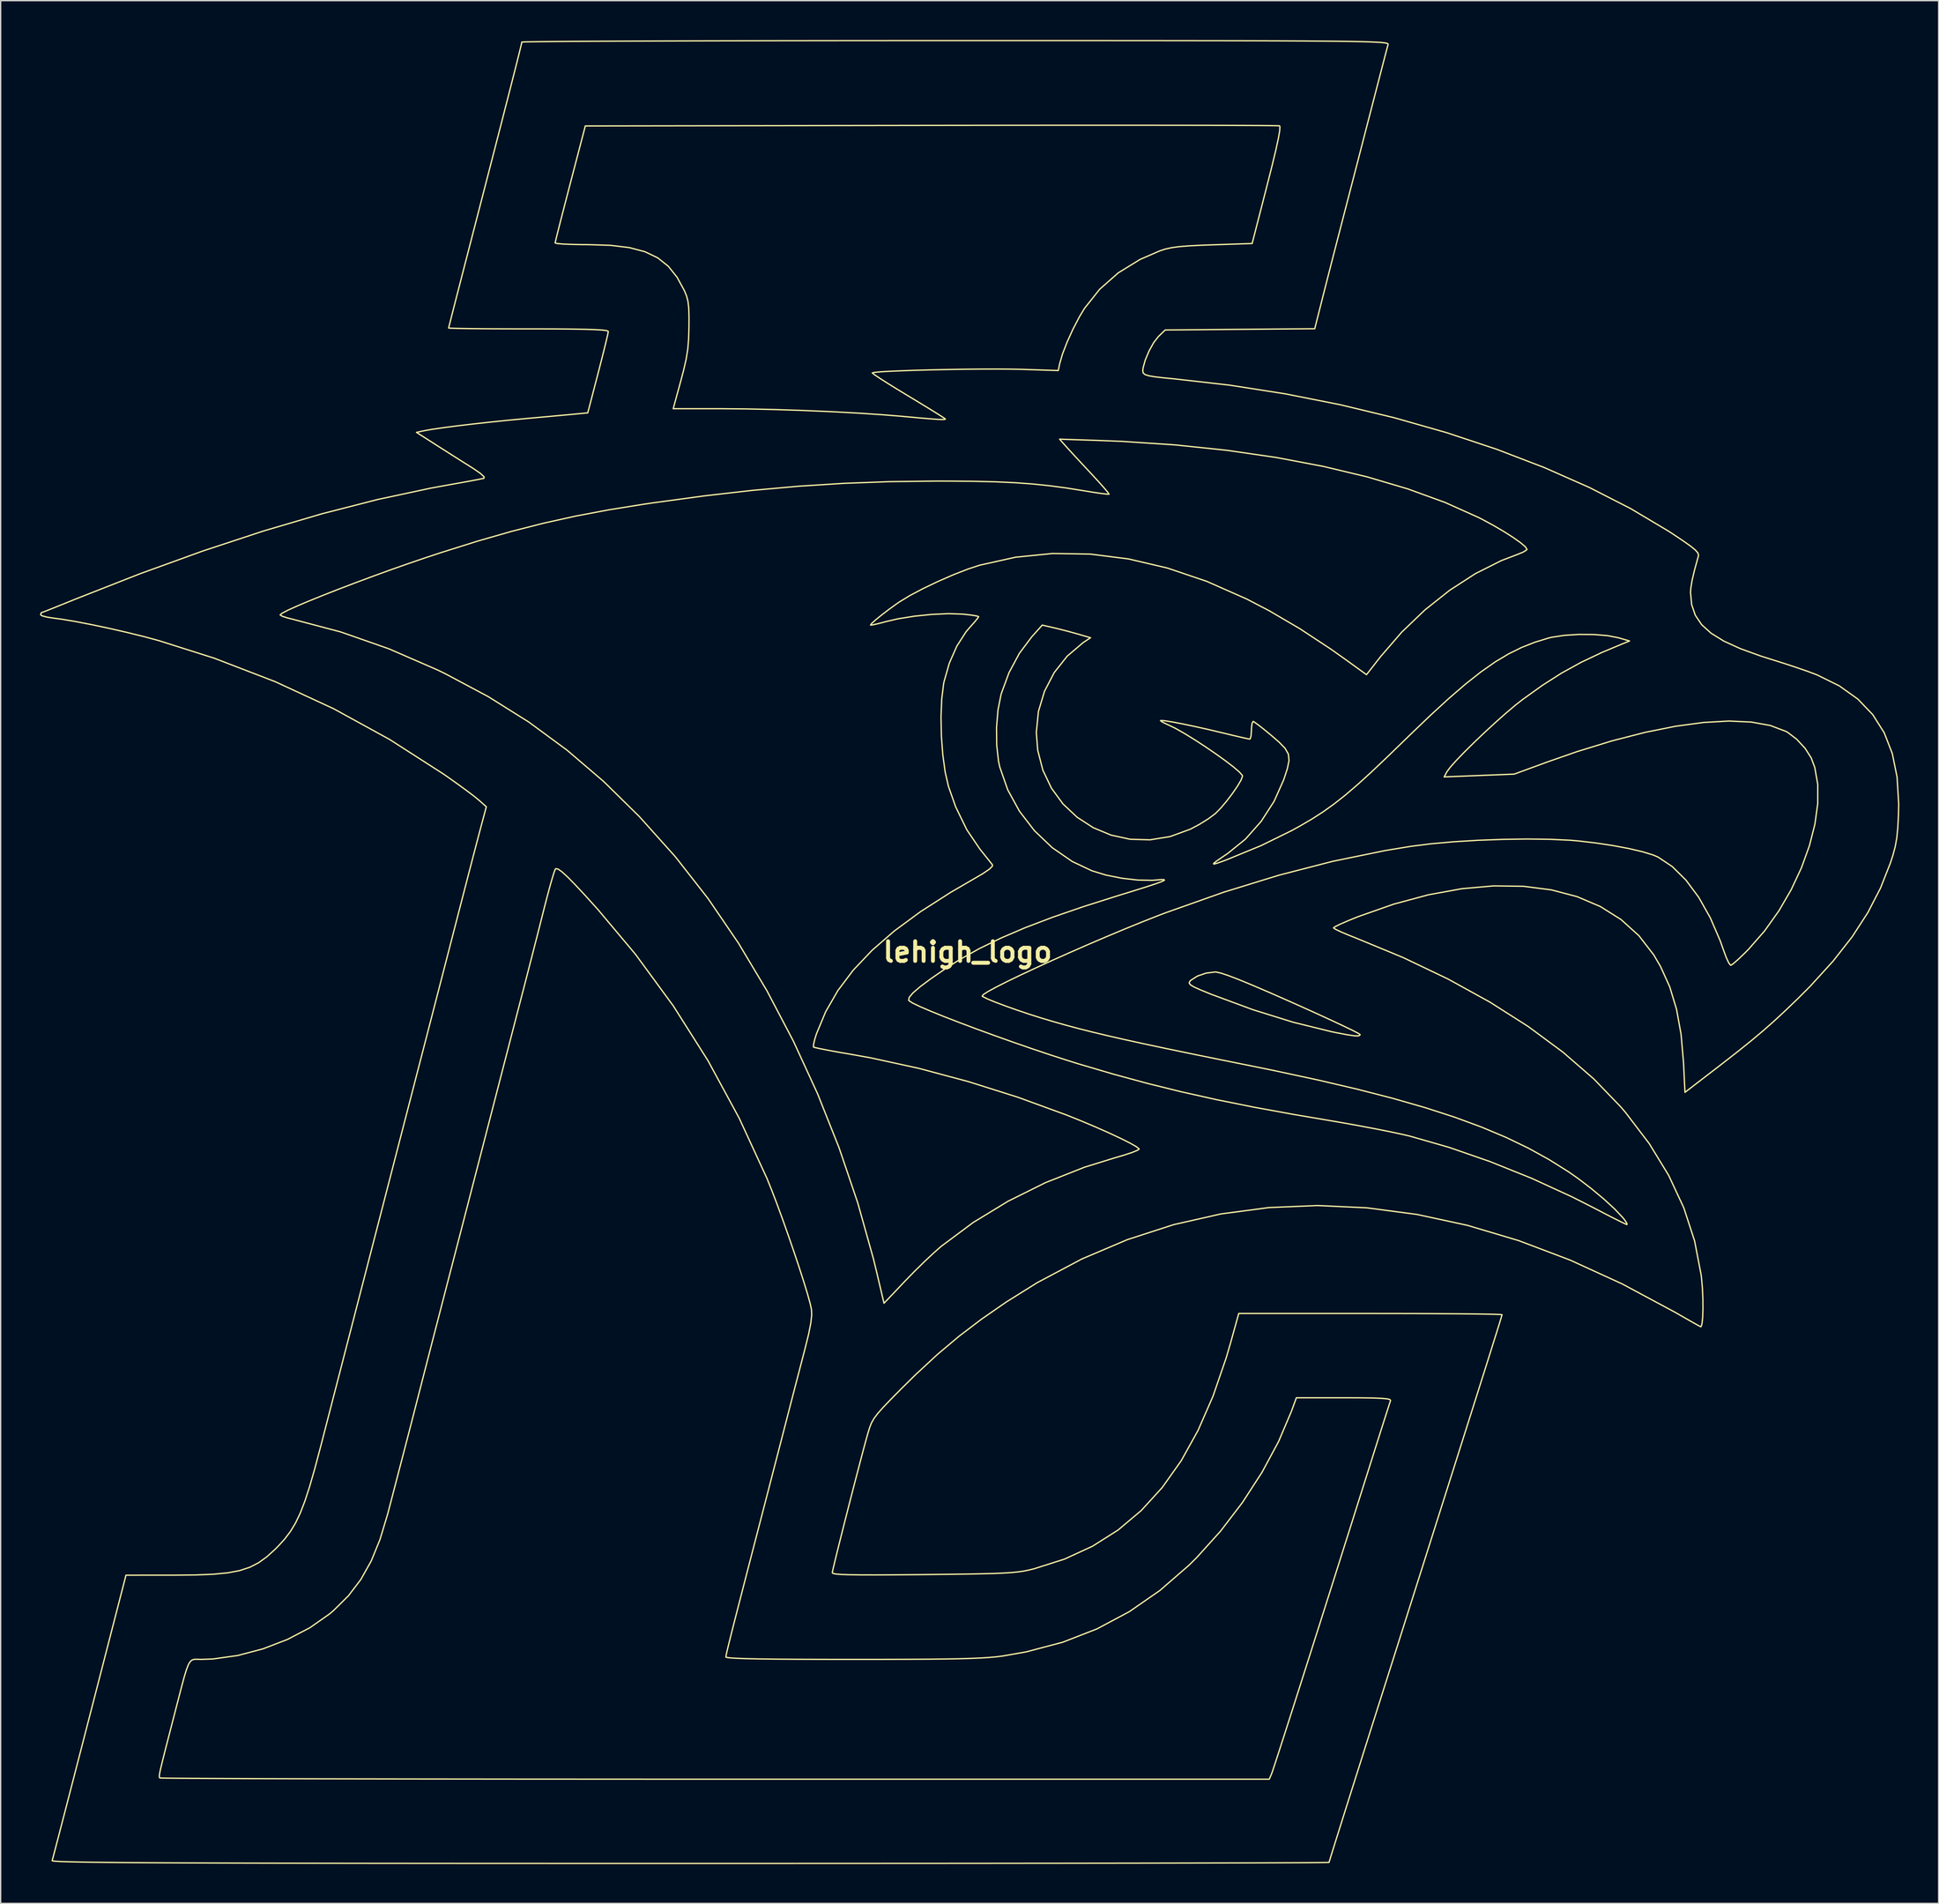
<source format=kicad_pcb>
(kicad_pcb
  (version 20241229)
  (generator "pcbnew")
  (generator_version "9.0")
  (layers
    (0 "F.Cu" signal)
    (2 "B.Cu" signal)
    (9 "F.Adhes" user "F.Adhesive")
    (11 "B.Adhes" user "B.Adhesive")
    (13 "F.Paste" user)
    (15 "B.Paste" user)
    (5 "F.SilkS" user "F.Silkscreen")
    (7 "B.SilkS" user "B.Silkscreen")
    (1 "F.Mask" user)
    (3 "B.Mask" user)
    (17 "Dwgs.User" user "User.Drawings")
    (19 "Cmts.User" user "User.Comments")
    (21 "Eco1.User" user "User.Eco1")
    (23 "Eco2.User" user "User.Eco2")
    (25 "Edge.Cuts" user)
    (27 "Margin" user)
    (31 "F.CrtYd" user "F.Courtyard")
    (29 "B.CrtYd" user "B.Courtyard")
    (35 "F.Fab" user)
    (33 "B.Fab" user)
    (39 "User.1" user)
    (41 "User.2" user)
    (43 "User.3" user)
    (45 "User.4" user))
  (footprint "lehigh_logo"
    (layer "F.Cu")
    (at 70.831 69.646)
    (property "Reference" "lehigh_logo" (at 0 0 0) (layer "F.SilkS") (effects (font (size 1.5 1.5) (thickness 0.3))))
    (attr board_only exclude_from_pos_files exclude_from_bom)
    (fp_poly (pts (xy 27.874 5.259) (xy 28.738 5.665) (xy 29.4 5.985) (xy 29.823 6.203) (xy 29.972 6.301) (xy 29.965 6.339) (xy 29.85 6.405) (xy 29.556 6.401) (xy 29.033 6.326) (xy 28.231 6.174) (xy 27.797 6.086) (xy 24.876 5.366) (xy 21.79 4.406) (xy 18.583 3.219) (xy 18.541 3.201) (xy 17.772 2.887) (xy 17.275 2.661) (xy 17.006 2.494) (xy 16.921 2.362) (xy 16.975 2.236) (xy 17.05 2.156) (xy 17.547 1.839) (xy 18.213 1.611) (xy 18.912 1.524) (xy 18.971 1.527) (xy 19.338 1.607) (xy 19.92 1.801) (xy 20.735 2.114) (xy 21.802 2.555) (xy 23.137 3.129) (xy 24.76 3.845) (xy 25.68 4.257) (xy 26.842 4.784)) (stroke (width 0.1) (type solid)) (fill no) (layer "F.SilkS"))
    (fp_poly (pts (xy -21.271 -48.485) (xy -21.291 -49.174) (xy -21.349 -49.681) (xy -21.456 -50.095) (xy -21.622 -50.501) (xy -22.185 -51.533) (xy -22.854 -52.366) (xy -23.659 -53.008) (xy -24.638 -53.476) (xy -25.828 -53.789) (xy -27.267 -53.963) (xy -28.992 -54.017) (xy -29.416 -54.019) (xy -30.237 -54.034) (xy -30.896 -54.062) (xy -31.335 -54.1) (xy -31.493 -54.144) (xy -31.493 -54.145) (xy -31.451 -54.337) (xy -31.333 -54.814) (xy -31.153 -55.529) (xy -30.919 -56.441) (xy -30.644 -57.503) (xy -30.34 -58.674) (xy -29.189 -63.077) (xy -2.784 -63.12) (xy -1.299 -63.122) (xy 1.624 -63.126) (xy 4.446 -63.129) (xy 7.15 -63.131) (xy 9.717 -63.132) (xy 12.129 -63.131) (xy 14.367 -63.13) (xy 16.413 -63.128) (xy 18.249 -63.125) (xy 19.856 -63.121) (xy 21.217 -63.116) (xy 22.311 -63.11) (xy 23.123 -63.104) (xy 23.632 -63.096) (xy 23.821 -63.088) (xy 23.852 -63.014) (xy 23.831 -62.689) (xy 23.725 -62.095) (xy 23.533 -61.217) (xy 23.25 -60.043) (xy 22.874 -58.557) (xy 21.729 -54.102) (xy 18.696 -54.001) (xy 17.947 -53.974) (xy 16.948 -53.925) (xy 16.185 -53.865) (xy 15.596 -53.786) (xy 15.117 -53.681) (xy 14.685 -53.543) (xy 13.172 -52.886) (xy 11.507 -51.861) (xy 10.088 -50.61) (xy 8.924 -49.143) (xy 8.541 -48.508) (xy 8.055 -47.575) (xy 7.609 -46.595) (xy 7.253 -45.678) (xy 7.036 -44.933) (xy 6.924 -44.401) (xy 4.181 -44.491) (xy 4.004 -44.496) (xy 3.117 -44.512) (xy 2.068 -44.517) (xy 0.905 -44.513) (xy -0.329 -44.5) (xy -1.588 -44.479) (xy -2.826 -44.453) (xy -3.998 -44.421) (xy -5.059 -44.384) (xy -5.962 -44.345) (xy -6.664 -44.304) (xy -7.117 -44.261) (xy -7.277 -44.219) (xy -7.276 -44.216) (xy -7.114 -44.086) (xy -6.709 -43.814) (xy -6.106 -43.429) (xy -5.349 -42.96) (xy -4.483 -42.434) (xy -4.403 -42.386) (xy -3.546 -41.867) (xy -2.802 -41.412) (xy -2.216 -41.047) (xy -1.831 -40.8) (xy -1.693 -40.698) (xy -1.694 -40.693) (xy -1.765 -40.666) (xy -1.974 -40.66) (xy -2.362 -40.678) (xy -2.969 -40.724) (xy -3.833 -40.798) (xy -4.995 -40.904) (xy -6.432 -41.022) (xy -8.339 -41.149) (xy -10.423 -41.261) (xy -12.599 -41.354) (xy -14.78 -41.425) (xy -16.881 -41.471) (xy -18.814 -41.487) (xy -22.477 -41.487) (xy -21.888 -43.646) (xy -21.681 -44.427) (xy -21.485 -45.287) (xy -21.364 -46.044) (xy -21.3 -46.824) (xy -21.275 -47.752)) (stroke (width 0.1) (type solid)) (fill no) (layer "F.SilkS"))
    (fp_poly (pts (xy -11.041 54.015) (xy -8.785 54.017) (xy -8.783 54.017) (xy -6.599 54.016) (xy -4.724 54.01) (xy -3.128 54.001) (xy -1.783 53.986) (xy -0.658 53.966) (xy 0.275 53.939) (xy 1.047 53.906) (xy 1.687 53.864) (xy 2.224 53.815) (xy 2.688 53.756) (xy 4.469 53.443) (xy 7.264 52.705) (xy 9.883 51.685) (xy 12.35 50.371) (xy 14.685 48.753) (xy 16.91 46.821) (xy 17.498 46.239) (xy 19.315 44.223) (xy 20.993 42.028) (xy 22.485 39.724) (xy 23.747 37.381) (xy 24.73 35.068) (xy 25.107 34.036) (xy 28.743 34.036) (xy 28.802 34.036) (xy 30.034 34.041) (xy 30.963 34.055) (xy 31.62 34.081) (xy 32.04 34.12) (xy 32.255 34.175) (xy 32.298 34.248) (xy 32.24 34.422) (xy 32.09 34.889) (xy 31.861 35.605) (xy 31.565 36.535) (xy 31.215 37.638) (xy 30.823 38.878) (xy 30.4 40.217) (xy 29.535 42.955) (xy 28.656 45.734) (xy 27.825 48.36) (xy 27.046 50.817) (xy 26.324 53.089) (xy 25.665 55.161) (xy 25.072 57.019) (xy 24.552 58.646) (xy 24.109 60.026) (xy 23.747 61.145) (xy 23.472 61.988) (xy 23.289 62.538) (xy 23.203 62.78) (xy 23.037 63.161) (xy -19.272 63.161) (xy -20.641 63.161) (xy -24.373 63.161) (xy -28.011 63.159) (xy -31.54 63.157) (xy -34.946 63.155) (xy -38.215 63.151) (xy -41.332 63.148) (xy -44.284 63.143) (xy -47.054 63.138) (xy -49.63 63.133) (xy -51.997 63.127) (xy -54.14 63.121) (xy -56.046 63.114) (xy -57.699 63.107) (xy -59.085 63.1) (xy -60.19 63.092) (xy -60.999 63.085) (xy -61.499 63.076) (xy -61.674 63.068) (xy -61.7 63.036) (xy -61.717 62.965) (xy -61.708 62.827) (xy -61.664 62.584) (xy -61.578 62.2) (xy -61.441 61.638) (xy -61.244 60.859) (xy -60.979 59.827) (xy -60.637 58.505) (xy -60.303 57.211) (xy -60.032 56.162) (xy -59.818 55.369) (xy -59.644 54.797) (xy -59.495 54.411) (xy -59.352 54.175) (xy -59.199 54.053) (xy -59.02 54.009) (xy -58.797 54.009) (xy -58.514 54.017) (xy -57.625 53.984) (xy -55.728 53.718) (xy -53.804 53.211) (xy -51.939 52.495) (xy -50.219 51.598) (xy -48.73 50.553) (xy -48.412 50.284) (xy -47.278 49.16) (xy -46.329 47.915) (xy -45.533 46.496) (xy -44.862 44.85) (xy -44.282 42.924) (xy -43.969 41.726) (xy -43.596 40.295) (xy -43.283 39.093) (xy -43.015 38.061) (xy -42.776 37.143) (xy -42.553 36.279) (xy -42.33 35.413) (xy -42.092 34.487) (xy -41.823 33.443) (xy -41.621 32.655) (xy -41.357 31.63) (xy -41.083 30.564) (xy -40.786 29.415) (xy -40.457 28.142) (xy -40.085 26.704) (xy -39.66 25.062) (xy -39.17 23.173) (xy -38.606 20.997) (xy -38.597 20.96) (xy -38.433 20.327) (xy -38.198 19.42) (xy -37.906 18.289) (xy -37.569 16.985) (xy -37.2 15.557) (xy -36.812 14.055) (xy -36.418 12.531) (xy -36.046 11.09) (xy -35.622 9.448) (xy -35.201 7.821) (xy -34.8 6.271) (xy -34.435 4.86) (xy -34.122 3.652) (xy -33.877 2.709) (xy -33.653 1.843) (xy -33.301 0.475) (xy -32.94 -0.934) (xy -32.602 -2.263) (xy -32.318 -3.387) (xy -32.135 -4.1) (xy -31.907 -4.953) (xy -31.709 -5.649) (xy -31.558 -6.131) (xy -31.471 -6.342) (xy -31.433 -6.367) (xy -31.26 -6.329) (xy -30.97 -6.123) (xy -30.541 -5.731) (xy -29.955 -5.134) (xy -29.192 -4.314) (xy -28.232 -3.252) (xy -25.361 0.169) (xy -22.462 4.125) (xy -19.82 8.298) (xy -17.441 12.682) (xy -15.325 17.272) (xy -15.312 17.303) (xy -14.953 18.191) (xy -14.55 19.248) (xy -14.12 20.42) (xy -13.683 21.653) (xy -13.256 22.894) (xy -12.857 24.088) (xy -12.505 25.181) (xy -12.219 26.12) (xy -12.017 26.85) (xy -11.916 27.317) (xy -11.902 27.734) (xy -11.974 28.356) (xy -12.142 29.198) (xy -12.417 30.311) (xy -12.554 30.833) (xy -12.841 31.938) (xy -13.166 33.186) (xy -13.496 34.46) (xy -13.802 35.645) (xy -13.891 35.99) (xy -14.196 37.169) (xy -14.551 38.542) (xy -14.931 40.011) (xy -15.311 41.477) (xy -15.664 42.841) (xy -16.217 44.972) (xy -16.715 46.895) (xy -17.137 48.532) (xy -17.49 49.903) (xy -17.779 51.029) (xy -18.009 51.932) (xy -18.184 52.633) (xy -18.312 53.152) (xy -18.396 53.511) (xy -18.443 53.731) (xy -18.457 53.832) (xy -18.425 53.856) (xy -18.182 53.896) (xy -17.689 53.929) (xy -16.935 53.957) (xy -15.905 53.98) (xy -14.588 53.996) (xy -12.971 54.008)) (stroke (width 0.1) (type solid)) (fill no) (layer "F.SilkS"))
    (fp_poly (pts (xy 12.877 14.858) (xy 13.103 15.037) (xy 13.104 15.041) (xy 12.967 15.143) (xy 12.565 15.306) (xy 11.957 15.507) (xy 11.203 15.727) (xy 8.924 16.434) (xy 5.946 17.612) (xy 3.092 19.03) (xy 0.422 20.658) (xy -2.003 22.466) (xy -2.017 22.477) (xy -2.584 22.976) (xy -3.289 23.637) (xy -4.043 24.377) (xy -4.757 25.109) (xy -6.381 26.82) (xy -6.938 24.459) (xy -7.191 23.418) (xy -8.384 19.16) (xy -9.813 14.944) (xy -11.458 10.812) (xy -13.301 6.804) (xy -15.32 2.958) (xy -17.498 -0.683) (xy -19.815 -4.082) (xy -22.251 -7.197) (xy -22.404 -7.377) (xy -25.069 -10.35) (xy -27.781 -13.017) (xy -30.579 -15.41) (xy -33.502 -17.559) (xy -36.589 -19.495) (xy -39.878 -21.249) (xy -40.495 -21.548) (xy -44.182 -23.151) (xy -47.866 -24.441) (xy -51.52 -25.408) (xy -51.951 -25.516) (xy -52.342 -25.646) (xy -52.493 -25.743) (xy -52.493 -25.743) (xy -52.338 -25.873) (xy -51.899 -26.101) (xy -51.215 -26.411) (xy -50.322 -26.789) (xy -49.257 -27.221) (xy -48.057 -27.693) (xy -46.758 -28.189) (xy -45.398 -28.695) (xy -44.013 -29.198) (xy -42.641 -29.681) (xy -41.317 -30.132) (xy -40.191 -30.503) (xy -37.421 -31.374) (xy -34.838 -32.116) (xy -32.358 -32.748) (xy -29.901 -33.292) (xy -27.383 -33.768) (xy -24.723 -34.195) (xy -23.98 -34.304) (xy -20.08 -34.834) (xy -16.405 -35.254) (xy -12.875 -35.57) (xy -9.412 -35.79) (xy -5.937 -35.918) (xy -2.371 -35.961) (xy -1.43 -35.96) (xy 0.472 -35.944) (xy 2.127 -35.905) (xy 3.596 -35.839) (xy 4.945 -35.741) (xy 6.234 -35.608) (xy 7.527 -35.436) (xy 8.887 -35.22) (xy 9.543 -35.113) (xy 10.18 -35.018) (xy 10.623 -34.964) (xy 10.801 -34.96) (xy 10.802 -34.966) (xy 10.681 -35.138) (xy 10.374 -35.499) (xy 9.925 -36.002) (xy 9.373 -36.6) (xy 9.362 -36.612) (xy 8.755 -37.263) (xy 8.194 -37.868) (xy 7.741 -38.36) (xy 7.459 -38.673) (xy 7.027 -39.161) (xy 10.16 -39.057) (xy 11.81 -38.991) (xy 15.875 -38.721) (xy 19.804 -38.31) (xy 23.57 -37.763) (xy 27.147 -37.085) (xy 30.509 -36.282) (xy 33.627 -35.359) (xy 36.477 -34.322) (xy 39.031 -33.175) (xy 39.253 -33.062) (xy 40.111 -32.6) (xy 40.925 -32.124) (xy 41.644 -31.666) (xy 42.216 -31.262) (xy 42.59 -30.945) (xy 42.714 -30.748) (xy 42.675 -30.692) (xy 42.403 -30.527) (xy 41.962 -30.349) (xy 40.758 -29.889) (xy 38.779 -28.895) (xy 36.819 -27.628) (xy 34.926 -26.126) (xy 33.153 -24.428) (xy 31.548 -22.57) (xy 30.461 -21.178) (xy 28.911 -22.3) (xy 27.714 -23.147) (xy 25.363 -24.694) (xy 23.042 -26.054) (xy 21.306 -26.959) (xy 18.269 -28.301) (xy 15.26 -29.32) (xy 12.287 -30.016) (xy 9.359 -30.387) (xy 6.483 -30.431) (xy 3.667 -30.148) (xy 0.919 -29.536) (xy 0.026 -29.241) (xy -1.079 -28.81) (xy -2.252 -28.299) (xy -3.394 -27.753) (xy -4.409 -27.218) (xy -5.198 -26.738) (xy -5.437 -26.573) (xy -6.012 -26.156) (xy -6.559 -25.737) (xy -7.015 -25.365) (xy -7.32 -25.091) (xy -7.41 -24.964) (xy -7.406 -24.962) (xy -7.205 -24.988) (xy -6.773 -25.087) (xy -6.195 -25.239) (xy -5.325 -25.441) (xy -4.064 -25.644) (xy -2.733 -25.78) (xy -1.461 -25.838) (xy -0.381 -25.803) (xy -0.296 -25.795) (xy 0.283 -25.729) (xy 0.692 -25.662) (xy 0.847 -25.607) (xy 0.772 -25.488) (xy 0.521 -25.182) (xy 0.155 -24.772) (xy -0.116 -24.453) (xy -0.817 -23.363) (xy -1.391 -22.063) (xy -1.797 -20.643) (xy -1.833 -20.459) (xy -1.974 -19.303) (xy -2.028 -17.948) (xy -2 -16.499) (xy -1.892 -15.062) (xy -1.711 -13.744) (xy -1.461 -12.651) (xy -0.908 -11.085) (xy -0.057 -9.334) (xy 0.954 -7.842) (xy 0.997 -7.789) (xy 1.398 -7.287) (xy 1.721 -6.884) (xy 1.897 -6.661) (xy 1.894 -6.557) (xy 1.668 -6.328) (xy 1.168 -5.988) (xy 0.375 -5.524) (xy -1.284 -4.56) (xy -3.593 -3.081) (xy -5.593 -1.607) (xy -7.3 -0.123) (xy -8.732 1.388) (xy -9.904 2.943) (xy -10.332 3.687) (xy -10.834 4.558) (xy -11.539 6.25) (xy -11.664 6.649) (xy -11.762 7.062) (xy -11.764 7.257) (xy -11.656 7.294) (xy -11.258 7.383) (xy -10.625 7.507) (xy -9.814 7.655) (xy -8.882 7.815) (xy -7.397 8.082) (xy -3.719 8.884) (xy 0.059 9.896) (xy 3.843 11.09) (xy 7.539 12.44) (xy 8.625 12.876) (xy 9.739 13.346) (xy 10.767 13.8) (xy 11.663 14.218) (xy 12.382 14.578)) (stroke (width 0.1) (type solid)) (fill no) (layer "F.SilkS"))
    (fp_poly (pts (xy -4.472 3.719) (xy -4.496 3.687) (xy -4.459 3.466) (xy -4.171 3.124) (xy -3.62 2.65) (xy -2.794 2.034) (xy -1.682 1.266) (xy -0.594 0.574) (xy 0.892 -0.258) (xy 2.546 -1.064) (xy 4.402 -1.859) (xy 6.493 -2.655) (xy 8.853 -3.469) (xy 11.515 -4.313) (xy 12.671 -4.668) (xy 13.669 -4.982) (xy 14.38 -5.216) (xy 14.826 -5.379) (xy 15.028 -5.48) (xy 15.004 -5.527) (xy 14.777 -5.53) (xy 14.367 -5.495) (xy 14.1 -5.475) (xy 13.008 -5.493) (xy 11.786 -5.633) (xy 10.571 -5.875) (xy 9.497 -6.201) (xy 7.99 -6.914) (xy 6.465 -7.967) (xy 5.11 -9.259) (xy 3.964 -10.748) (xy 3.066 -12.387) (xy 2.457 -14.133) (xy 2.362 -14.575) (xy 2.225 -15.802) (xy 2.212 -17.148) (xy 2.321 -18.474) (xy 2.552 -19.643) (xy 2.585 -19.761) (xy 3.168 -21.339) (xy 3.957 -22.808) (xy 4.893 -24.059) (xy 5.702 -24.963) (xy 6.606 -24.754) (xy 6.93 -24.677) (xy 7.716 -24.475) (xy 8.451 -24.272) (xy 9.392 -23.998) (xy 8.973 -23.725) (xy 8.82 -23.623) (xy 7.608 -22.593) (xy 6.617 -21.34) (xy 5.876 -19.917) (xy 5.411 -18.374) (xy 5.249 -16.764) (xy 5.356 -15.406) (xy 5.75 -13.884) (xy 6.404 -12.512) (xy 7.285 -11.309) (xy 8.359 -10.297) (xy 9.593 -9.496) (xy 10.955 -8.927) (xy 12.412 -8.611) (xy 13.93 -8.567) (xy 15.476 -8.818) (xy 17.018 -9.383) (xy 17.702 -9.747) (xy 18.388 -10.174) (xy 18.911 -10.565) (xy 18.929 -10.581) (xy 19.332 -10.99) (xy 19.785 -11.527) (xy 20.233 -12.117) (xy 20.621 -12.683) (xy 20.893 -13.149) (xy 20.995 -13.439) (xy 20.977 -13.494) (xy 20.747 -13.753) (xy 20.298 -14.137) (xy 19.679 -14.611) (xy 18.944 -15.139) (xy 18.144 -15.686) (xy 17.33 -16.216) (xy 16.555 -16.692) (xy 15.87 -17.081) (xy 15.327 -17.345) (xy 15.218 -17.392) (xy 14.872 -17.561) (xy 14.732 -17.666) (xy 14.784 -17.682) (xy 15.105 -17.653) (xy 15.674 -17.56) (xy 16.439 -17.414) (xy 17.347 -17.223) (xy 18.348 -17) (xy 19.389 -16.753) (xy 19.435 -16.742) (xy 20.219 -16.553) (xy 20.877 -16.399) (xy 21.343 -16.295) (xy 21.548 -16.257) (xy 21.576 -16.274) (xy 21.646 -16.509) (xy 21.675 -16.933) (xy 21.678 -17.085) (xy 21.722 -17.46) (xy 21.802 -17.609) (xy 21.896 -17.56) (xy 22.21 -17.334) (xy 22.679 -16.965) (xy 23.241 -16.5) (xy 23.772 -16.04) (xy 24.246 -15.552) (xy 24.496 -15.109) (xy 24.545 -14.62) (xy 24.417 -13.996) (xy 24.137 -13.149) (xy 23.409 -11.514) (xy 22.413 -9.97) (xy 21.213 -8.617) (xy 19.857 -7.521) (xy 19.547 -7.313) (xy 19.027 -6.955) (xy 18.783 -6.76) (xy 18.808 -6.711) (xy 19.097 -6.793) (xy 19.643 -6.992) (xy 19.821 -7.06) (xy 22.424 -8.131) (xy 24.723 -9.26) (xy 25.392 -9.627) (xy 26.293 -10.154) (xy 27.14 -10.699) (xy 27.972 -11.294) (xy 28.832 -11.973) (xy 29.761 -12.767) (xy 30.798 -13.709) (xy 31.985 -14.833) (xy 33.364 -16.171) (xy 33.694 -16.493) (xy 35.311 -18.043) (xy 36.747 -19.361) (xy 38.033 -20.47) (xy 39.201 -21.391) (xy 40.282 -22.149) (xy 41.307 -22.763) (xy 42.308 -23.258) (xy 43.317 -23.655) (xy 44.365 -23.977) (xy 44.607 -24.035) (xy 45.569 -24.181) (xy 46.679 -24.251) (xy 47.817 -24.244) (xy 48.863 -24.159) (xy 49.699 -23.997) (xy 50.546 -23.751) (xy 50.061 -23.556) (xy 48.467 -22.888) (xy 46.847 -22.121) (xy 45.362 -21.302) (xy 43.905 -20.373) (xy 42.37 -19.274) (xy 41.847 -18.864) (xy 41.115 -18.245) (xy 40.31 -17.531) (xy 39.479 -16.766) (xy 38.67 -15.995) (xy 37.931 -15.264) (xy 37.307 -14.616) (xy 36.847 -14.099) (xy 36.597 -13.756) (xy 36.392 -13.372) (xy 39.066 -13.478) (xy 41.741 -13.584) (xy 44.275 -14.513) (xy 46.539 -15.303) (xy 49.214 -16.125) (xy 51.728 -16.771) (xy 54.064 -17.24) (xy 56.207 -17.529) (xy 58.137 -17.637) (xy 59.84 -17.56) (xy 61.296 -17.297) (xy 62.49 -16.846) (xy 62.614 -16.777) (xy 63.309 -16.249) (xy 63.951 -15.555) (xy 64.415 -14.828) (xy 64.689 -14.096) (xy 64.918 -12.797) (xy 64.917 -11.34) (xy 64.701 -9.766) (xy 64.281 -8.117) (xy 63.673 -6.434) (xy 62.889 -4.76) (xy 61.944 -3.135) (xy 60.85 -1.6) (xy 59.622 -0.198) (xy 59.28 0.145) (xy 58.809 0.594) (xy 58.453 0.902) (xy 58.273 1.016) (xy 58.265 1.015) (xy 58.129 0.843) (xy 57.937 0.436) (xy 57.729 -0.126) (xy 57.471 -0.856) (xy 56.709 -2.62) (xy 55.831 -4.174) (xy 54.858 -5.485) (xy 53.813 -6.522) (xy 52.718 -7.253) (xy 52.33 -7.416) (xy 51.521 -7.661) (xy 50.48 -7.904) (xy 49.271 -8.13) (xy 47.959 -8.328) (xy 46.605 -8.485) (xy 46.014 -8.535) (xy 44.483 -8.607) (xy 42.741 -8.629) (xy 40.874 -8.602) (xy 38.967 -8.531) (xy 37.107 -8.417) (xy 35.378 -8.263) (xy 33.867 -8.073) (xy 31.892 -7.748) (xy 27.88 -6.925) (xy 23.781 -5.868) (xy 19.552 -4.566) (xy 15.155 -3.009) (xy 14.551 -2.779) (xy 13.302 -2.286) (xy 11.967 -1.742) (xy 10.579 -1.16) (xy 9.172 -0.557) (xy 7.778 0.054) (xy 6.431 0.656) (xy 5.165 1.235) (xy 4.012 1.775) (xy 3.006 2.262) (xy 2.809 2.362) (xy 2.18 2.68) (xy 1.567 3.014) (xy 1.201 3.25) (xy 1.115 3.371) (xy 1.168 3.409) (xy 1.521 3.583) (xy 2.115 3.827) (xy 2.889 4.119) (xy 3.781 4.436) (xy 4.729 4.755) (xy 5.673 5.053) (xy 6.527 5.308) (xy 7.47 5.576) (xy 8.456 5.841) (xy 9.517 6.109) (xy 10.686 6.389) (xy 11.994 6.688) (xy 13.475 7.012) (xy 15.159 7.37) (xy 17.08 7.769) (xy 19.269 8.215) (xy 21.759 8.717) (xy 23.497 9.072) (xy 26.79 9.781) (xy 29.782 10.482) (xy 32.498 11.182) (xy 34.964 11.891) (xy 37.203 12.616) (xy 39.242 13.367) (xy 41.105 14.15) (xy 42.818 14.975) (xy 44.404 15.851) (xy 45.889 16.784) (xy 46.601 17.282) (xy 47.614 18.054) (xy 48.576 18.856) (xy 49.408 19.62) (xy 50.029 20.278) (xy 50.154 20.432) (xy 50.341 20.71) (xy 50.349 20.812) (xy 50.268 20.782) (xy 49.924 20.619) (xy 49.368 20.342) (xy 48.654 19.976) (xy 47.837 19.549) (xy 46.151 18.694) (xy 43.06 17.276) (xy 39.906 16.007) (xy 36.782 14.923) (xy 33.782 14.061) (xy 33.221 13.929) (xy 32.272 13.727) (xy 31.117 13.497) (xy 29.828 13.254) (xy 28.476 13.011) (xy 27.133 12.782) (xy 24.935 12.409) (xy 21.867 11.849) (xy 19.021 11.276) (xy 16.328 10.675) (xy 13.718 10.029) (xy 11.12 9.322) (xy 8.467 8.54) (xy 7.676 8.294) (xy 6.334 7.86) (xy 4.923 7.386) (xy 3.48 6.886) (xy 2.046 6.375) (xy 0.659 5.868) (xy -0.641 5.379) (xy -1.816 4.923) (xy -2.825 4.514) (xy -3.631 4.168) (xy -4.193 3.898)) (stroke (width 0.1) (type solid)) (fill no) (layer "F.SilkS"))
    (fp_poly (pts (xy -60.537 47.582) (xy -64.262 47.585) (xy -67.044 58.379) (xy -67.241 59.142) (xy -67.711 60.962) (xy -68.154 62.677) (xy -68.228 62.965) (xy -68.563 64.258) (xy -68.93 65.678) (xy -69.25 66.908) (xy -69.513 67.922) (xy -69.714 68.691) (xy -69.845 69.188) (xy -69.899 69.384) (xy -69.874 69.4) (xy -69.734 69.421) (xy -69.462 69.44) (xy -69.048 69.458) (xy -68.483 69.474) (xy -67.757 69.489) (xy -66.86 69.503) (xy -65.781 69.516) (xy -64.512 69.528) (xy -63.042 69.538) (xy -61.362 69.548) (xy -59.461 69.557) (xy -57.329 69.564) (xy -54.958 69.571) (xy -52.337 69.576) (xy -49.456 69.581) (xy -46.305 69.586) (xy -42.875 69.589) (xy -39.155 69.592) (xy -35.136 69.594) (xy -30.808 69.595) (xy -26.161 69.596) (xy -21.185 69.596) (xy -18.26 69.596) (xy -14.28 69.595) (xy -10.399 69.594) (xy -6.63 69.592) (xy -2.986 69.59) (xy 0.52 69.588) (xy 3.875 69.584) (xy 7.064 69.581) (xy 10.075 69.577) (xy 12.894 69.573) (xy 15.508 69.568) (xy 17.904 69.563) (xy 20.068 69.558) (xy 21.986 69.553) (xy 23.646 69.547) (xy 25.034 69.541) (xy 26.137 69.535) (xy 26.942 69.528) (xy 27.434 69.522) (xy 27.601 69.515) (xy 27.616 69.462) (xy 27.717 69.13) (xy 27.908 68.516) (xy 28.18 67.646) (xy 28.526 66.547) (xy 28.935 65.246) (xy 29.402 63.77) (xy 29.916 62.144) (xy 30.469 60.395) (xy 31.054 58.551) (xy 31.338 57.655) (xy 32.519 53.935) (xy 33.601 50.522) (xy 34.59 47.405) (xy 35.488 44.571) (xy 36.301 42.008) (xy 37.031 39.703) (xy 37.683 37.645) (xy 38.261 35.821) (xy 38.768 34.219) (xy 39.208 32.826) (xy 39.586 31.631) (xy 39.904 30.62) (xy 40.167 29.782) (xy 40.38 29.105) (xy 40.545 28.576) (xy 40.666 28.182) (xy 40.748 27.913) (xy 40.795 27.754) (xy 40.809 27.695) (xy 40.66 27.679) (xy 40.201 27.663) (xy 39.46 27.648) (xy 38.468 27.635) (xy 37.253 27.624) (xy 35.845 27.614) (xy 34.274 27.607) (xy 32.568 27.603) (xy 30.758 27.601) (xy 20.707 27.601) (xy 20.082 29.845) (xy 19.744 31.001) (xy 18.741 33.917) (xy 17.598 36.531) (xy 16.309 38.852) (xy 14.865 40.888) (xy 13.26 42.649) (xy 11.486 44.141) (xy 9.537 45.374) (xy 7.404 46.356) (xy 5.08 47.096) (xy 4.997 47.117) (xy 4.624 47.206) (xy 4.247 47.279) (xy 3.831 47.338) (xy 3.337 47.386) (xy 2.728 47.424) (xy 1.967 47.455) (xy 1.017 47.479) (xy -0.161 47.5) (xy -1.602 47.519) (xy -3.344 47.539) (xy -4.152 47.547) (xy -5.806 47.56) (xy -7.158 47.565) (xy -8.232 47.562) (xy -9.055 47.55) (xy -9.65 47.528) (xy -10.044 47.497) (xy -10.262 47.454) (xy -10.329 47.401) (xy -10.321 47.344) (xy -10.246 47.001) (xy -10.102 46.399) (xy -9.903 45.587) (xy -9.659 44.613) (xy -9.384 43.523) (xy -9.09 42.368) (xy -8.788 41.193) (xy -8.492 40.047) (xy -8.212 38.978) (xy -7.963 38.034) (xy -7.755 37.263) (xy -7.601 36.713) (xy -7.476 36.308) (xy -7.335 35.954) (xy -7.144 35.617) (xy -6.865 35.244) (xy -6.46 34.785) (xy -5.89 34.19) (xy -5.118 33.407) (xy -3.978 32.281) (xy -2.31 30.736) (xy -0.663 29.349) (xy 1.059 28.039) (xy 2.952 26.728) (xy 5.326 25.244) (xy 8.729 23.438) (xy 12.202 21.962) (xy 15.74 20.816) (xy 19.341 20.001) (xy 23.001 19.515) (xy 26.717 19.359) (xy 30.486 19.533) (xy 34.303 20.037) (xy 38.166 20.871) (xy 42.072 22.034) (xy 46.016 23.527) (xy 49.996 25.35) (xy 54.008 27.502) (xy 54.17 27.595) (xy 54.87 27.995) (xy 55.442 28.32) (xy 55.833 28.538) (xy 55.986 28.617) (xy 56.008 28.607) (xy 56.081 28.378) (xy 56.13 27.901) (xy 56.152 27.247) (xy 56.146 26.489) (xy 56.112 25.699) (xy 56.047 24.948) (xy 56.01 24.641) (xy 55.513 22.057) (xy 54.688 19.53) (xy 53.534 17.054) (xy 52.047 14.625) (xy 50.227 12.236) (xy 49.859 11.807) (xy 47.818 9.692) (xy 45.464 7.65) (xy 42.814 5.691) (xy 39.885 3.826) (xy 36.693 2.066) (xy 33.256 0.422) (xy 29.591 -1.094) (xy 29.073 -1.299) (xy 28.488 -1.548) (xy 28.088 -1.74) (xy 27.94 -1.844) (xy 28.071 -1.939) (xy 28.46 -2.13) (xy 29.044 -2.385) (xy 29.76 -2.676) (xy 29.805 -2.694) (xy 32.546 -3.658) (xy 35.196 -4.371) (xy 37.74 -4.834) (xy 40.162 -5.049) (xy 42.446 -5.019) (xy 44.577 -4.745) (xy 46.54 -4.229) (xy 48.318 -3.473) (xy 49.896 -2.48) (xy 51.258 -1.251) (xy 52.389 0.212) (xy 52.908 1.096) (xy 53.614 2.655) (xy 54.133 4.366) (xy 54.48 6.279) (xy 54.668 8.447) (xy 54.779 10.714) (xy 57.15 8.892) (xy 57.56 8.576) (xy 58.787 7.619) (xy 59.824 6.785) (xy 60.737 6.02) (xy 61.591 5.266) (xy 62.452 4.468) (xy 63.386 3.57) (xy 64.357 2.597) (xy 66.091 0.693) (xy 67.544 -1.162) (xy 68.74 -3.007) (xy 69.708 -4.88) (xy 70.472 -6.82) (xy 70.646 -7.356) (xy 70.832 -8.044) (xy 70.954 -8.722) (xy 71.031 -9.506) (xy 71.082 -10.511) (xy 71.097 -11.321) (xy 70.975 -13.354) (xy 70.608 -15.159) (xy 69.99 -16.747) (xy 69.115 -18.129) (xy 67.975 -19.317) (xy 66.565 -20.322) (xy 64.878 -21.155) (xy 64.785 -21.192) (xy 64.146 -21.431) (xy 63.3 -21.724) (xy 62.347 -22.038) (xy 61.386 -22.341) (xy 60.576 -22.597) (xy 59.012 -23.163) (xy 57.752 -23.738) (xy 56.774 -24.343) (xy 56.053 -24.996) (xy 55.567 -25.717) (xy 55.291 -26.525) (xy 55.204 -27.439) (xy 55.223 -27.772) (xy 55.319 -28.366) (xy 55.508 -29.167) (xy 55.801 -30.23) (xy 55.813 -30.306) (xy 55.761 -30.478) (xy 55.574 -30.695) (xy 55.213 -30.99) (xy 54.639 -31.396) (xy 53.816 -31.946) (xy 53.506 -32.147) (xy 50.63 -33.86) (xy 47.464 -35.479) (xy 44.041 -36.992) (xy 40.395 -38.391) (xy 36.56 -39.664) (xy 32.571 -40.8) (xy 28.461 -41.789) (xy 24.265 -42.621) (xy 20.016 -43.285) (xy 15.748 -43.77) (xy 15.051 -43.837) (xy 14.314 -43.921) (xy 13.828 -44.003) (xy 13.544 -44.098) (xy 13.411 -44.217) (xy 13.377 -44.374) (xy 13.398 -44.592) (xy 13.568 -45.206) (xy 13.859 -45.898) (xy 14.215 -46.54) (xy 14.574 -47.001) (xy 15.092 -47.498) (xy 20.801 -47.547) (xy 26.509 -47.595) (xy 27.139 -50.087) (xy 27.254 -50.539) (xy 27.553 -51.711) (xy 27.889 -53.021) (xy 28.229 -54.341) (xy 28.54 -55.541) (xy 28.571 -55.663) (xy 28.828 -56.652) (xy 29.147 -57.884) (xy 29.51 -59.284) (xy 29.897 -60.779) (xy 30.288 -62.293) (xy 30.666 -63.754) (xy 30.846 -64.451) (xy 31.168 -65.696) (xy 31.46 -66.822) (xy 31.711 -67.787) (xy 31.91 -68.55) (xy 32.046 -69.068) (xy 32.109 -69.3) (xy 32.108 -69.334) (xy 32.074 -69.367) (xy 31.992 -69.396) (xy 31.85 -69.423) (xy 31.633 -69.448) (xy 31.326 -69.47) (xy 30.917 -69.489) (xy 30.392 -69.507) (xy 29.736 -69.523) (xy 28.936 -69.536) (xy 27.977 -69.548) (xy 26.846 -69.558) (xy 25.53 -69.567) (xy 24.013 -69.574) (xy 22.283 -69.58) (xy 20.325 -69.585) (xy 18.126 -69.588) (xy 15.671 -69.591) (xy 12.947 -69.593) (xy 9.939 -69.595) (xy 6.635 -69.595) (xy 3.02 -69.596) (xy -0.92 -69.596) (xy -1.753 -69.596) (xy -5.055 -69.595) (xy -8.261 -69.593) (xy -11.355 -69.59) (xy -14.321 -69.586) (xy -17.143 -69.581) (xy -19.805 -69.576) (xy -22.29 -69.569) (xy -24.582 -69.562) (xy -26.665 -69.554) (xy -28.524 -69.545) (xy -30.14 -69.536) (xy -31.5 -69.526) (xy -32.585 -69.516) (xy -33.38 -69.505) (xy -33.869 -69.494) (xy -34.036 -69.483) (xy -34.036 -69.479) (xy -34.078 -69.281) (xy -34.194 -68.805) (xy -34.384 -68.044) (xy -34.65 -66.993) (xy -34.994 -65.646) (xy -35.416 -63.999) (xy -35.919 -62.045) (xy -36.503 -59.781) (xy -37.17 -57.199) (xy -37.921 -54.295) (xy -37.96 -54.144) (xy -38.055 -53.776) (xy -38.417 -52.374) (xy -38.748 -51.088) (xy -39.04 -49.955) (xy -39.282 -49.01) (xy -39.466 -48.286) (xy -39.583 -47.821) (xy -39.624 -47.648) (xy -39.47 -47.634) (xy -39.014 -47.62) (xy -38.294 -47.607) (xy -37.348 -47.597) (xy -36.213 -47.589) (xy -34.927 -47.584) (xy -33.528 -47.583) (xy -33.278 -47.583) (xy -31.602 -47.579) (xy -30.241 -47.568) (xy -29.174 -47.549) (xy -28.381 -47.523) (xy -27.84 -47.488) (xy -27.53 -47.443) (xy -27.432 -47.388) (xy -27.469 -47.187) (xy -27.579 -46.709) (xy -27.75 -46.011) (xy -27.967 -45.15) (xy -28.216 -44.182) (xy -29.001 -41.17) (xy -30.037 -41.071) (xy -30.282 -41.048) (xy -30.957 -40.986) (xy -31.837 -40.905) (xy -32.836 -40.814) (xy -33.867 -40.721) (xy -35.102 -40.604) (xy -36.458 -40.464) (xy -37.778 -40.318) (xy -39.001 -40.172) (xy -40.067 -40.033) (xy -40.915 -39.909) (xy -41.487 -39.808) (xy -42.079 -39.681) (xy -40.555 -38.705) (xy -40.204 -38.481) (xy -39.364 -37.946) (xy -38.534 -37.421) (xy -37.852 -36.992) (xy -37.723 -36.91) (xy -37.2 -36.548) (xy -36.924 -36.296) (xy -36.921 -36.177) (xy -37.014 -36.154) (xy -37.411 -36.074) (xy -38.044 -35.954) (xy -38.849 -35.808) (xy -39.76 -35.646) (xy -41.02 -35.416) (xy -45.05 -34.553) (xy -49.3 -33.463) (xy -53.753 -32.151) (xy -58.39 -30.623) (xy -63.194 -28.883) (xy -68.146 -26.939) (xy -68.718 -26.706) (xy -69.503 -26.389) (xy -70.135 -26.136) (xy -70.561 -25.969) (xy -70.728 -25.908) (xy -70.736 -25.906) (xy -70.781 -25.755) (xy -70.763 -25.743) (xy -70.653 -25.668) (xy -70.271 -25.568) (xy -69.723 -25.485) (xy -69.174 -25.413) (xy -68.124 -25.237) (xy -66.888 -24.999) (xy -65.549 -24.716) (xy -64.193 -24.406) (xy -62.902 -24.088) (xy -61.761 -23.78) (xy -57.524 -22.436) (xy -52.864 -20.642) (xy -48.396 -18.572) (xy -44.115 -16.221) (xy -40.016 -13.589) (xy -39.77 -13.418) (xy -38.989 -12.865) (xy -38.279 -12.348) (xy -37.709 -11.918) (xy -37.35 -11.627) (xy -36.747 -11.091) (xy -37.088 -9.821) (xy -37.156 -9.569) (xy -37.303 -9.013) (xy -37.49 -8.299) (xy -37.725 -7.402) (xy -38.012 -6.297) (xy -38.358 -4.961) (xy -38.77 -3.369) (xy -39.253 -1.498) (xy -39.815 0.677) (xy -39.868 0.881) (xy -40.169 2.048) (xy -40.492 3.298) (xy -40.801 4.496) (xy -41.062 5.503) (xy -41.107 5.677) (xy -41.379 6.732) (xy -41.695 7.95) (xy -42.017 9.195) (xy -42.31 10.329) (xy -42.324 10.384) (xy -42.58 11.375) (xy -42.91 12.651) (xy -43.303 14.171) (xy -43.748 15.895) (xy -44.235 17.781) (xy -44.754 19.79) (xy -45.294 21.88) (xy -45.845 24.012) (xy -46.396 26.144) (xy -46.936 28.236) (xy -47.456 30.248) (xy -47.944 32.138) (xy -48.391 33.867) (xy -48.785 35.393) (xy -49.116 36.677) (xy -49.374 37.677) (xy -49.41 37.813) (xy -49.847 39.457) (xy -50.238 40.815) (xy -50.601 41.93) (xy -50.954 42.845) (xy -51.316 43.603) (xy -51.705 44.247) (xy -52.138 44.821) (xy -52.635 45.367) (xy -52.875 45.608) (xy -53.507 46.181) (xy -54.134 46.634) (xy -54.805 46.979) (xy -55.57 47.232) (xy -56.476 47.404) (xy -57.573 47.511) (xy -58.911 47.566)) (stroke (width 0.1) (type solid)) (fill no) (layer "F.SilkS")))
  (gr_rect
    (start -3 -3)
    (end 144.978 142.292)
    (stroke (width 0.1) (type default))
    (fill no)
    (layer "Edge.Cuts")))
</source>
